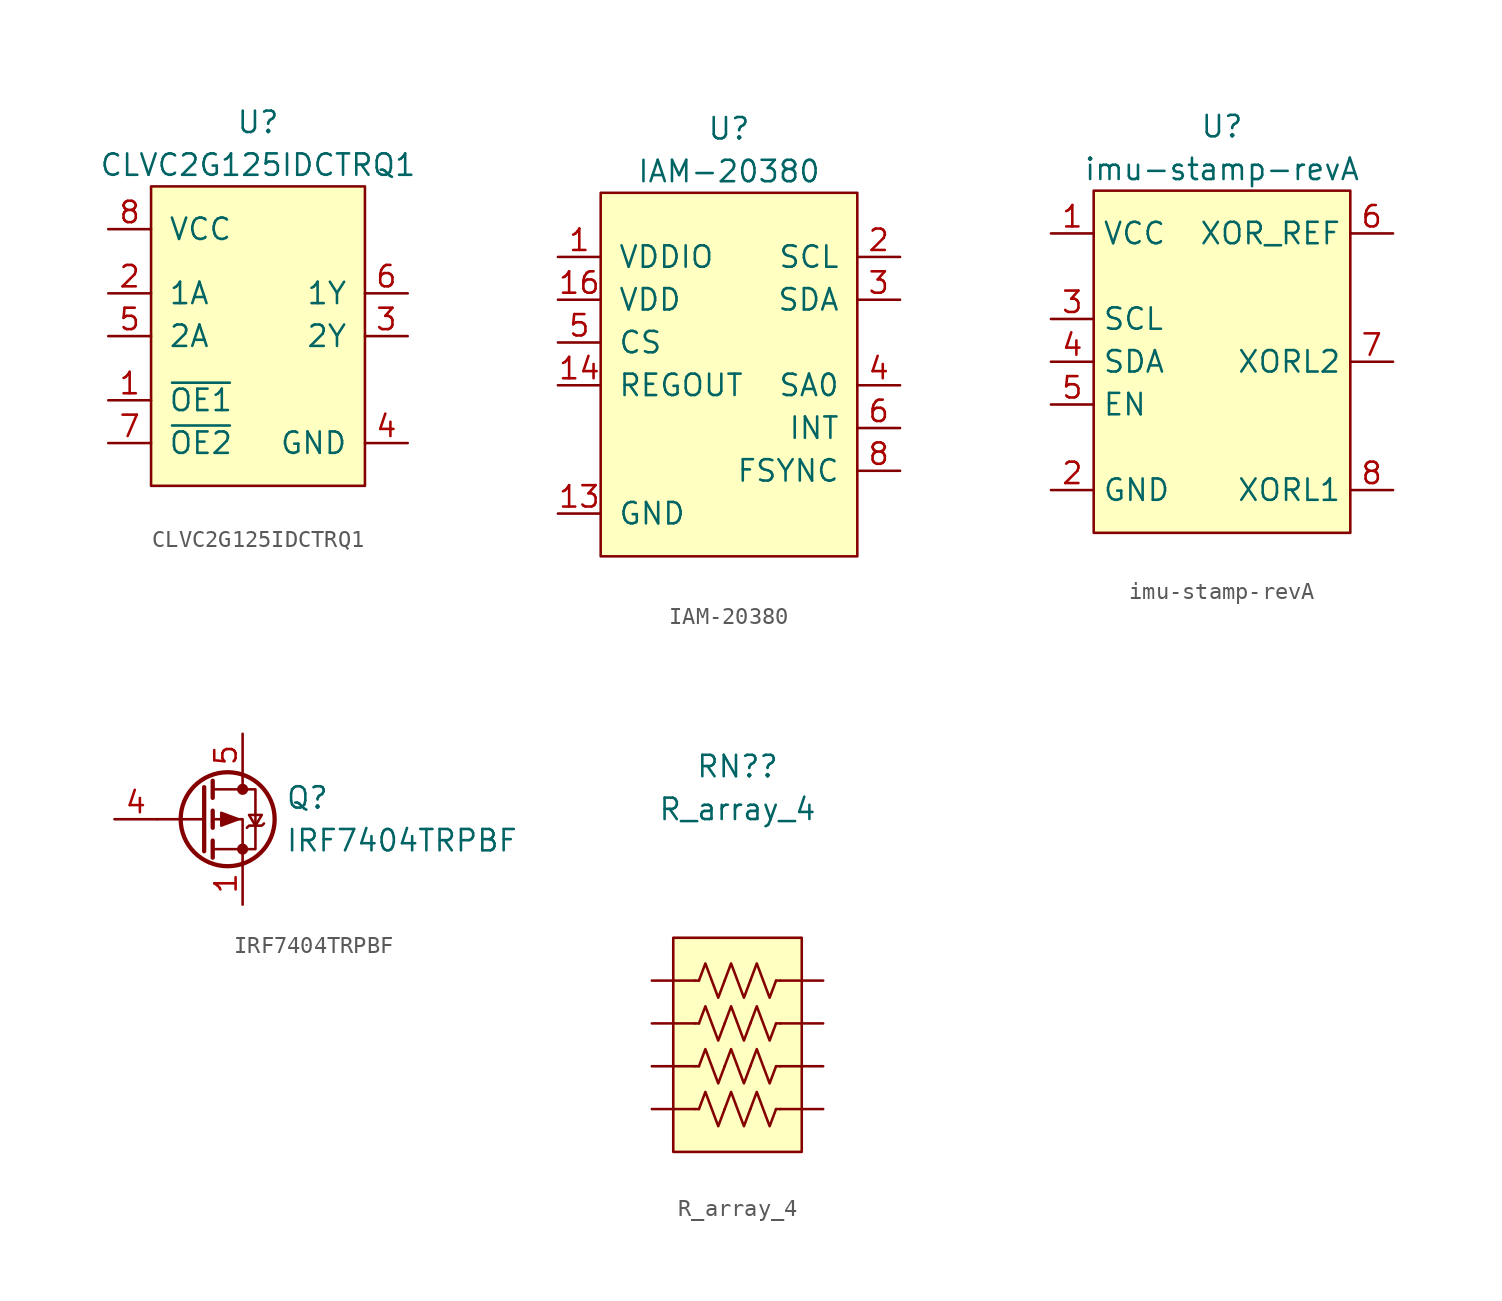
<source format=kicad_sym>
(kicad_symbol_lib
  (version 20220914)
  (generator kicad_symbol_editor)
  (symbol "CLVC2G125IDCTRQ1"
    (pin_names
      (offset 1.016))
    (property "Reference" "U"
      (at 0 3.81 0)
      (effects (font (size 1.27 1.27))))
    (property "Value" "CLVC2G125IDCTRQ1"
      (at 0 1.27 0)
      (effects (font (size 1.27 1.27))))
    (symbol "CLVC2G125IDCTRQ1_0_1"
      (rectangle (start -6.35 0) (end 6.35 -17.78) (stroke (width 0) (type default)) (fill (type background))))
    (symbol "CLVC2G125IDCTRQ1_1_1"
      (pin input line (at -8.89 -12.7 0) (length 2.54) (name "~{OE1}" (effects (font (size 1.27 1.27)))) (number "1" (effects (font (size 1.27 1.27)))))
      (pin input line (at -8.89 -6.35 0) (length 2.54) (name "1A" (effects (font (size 1.27 1.27)))) (number "2" (effects (font (size 1.27 1.27)))))
      (pin input line (at 8.89 -8.89 180) (length 2.54) (name "2Y" (effects (font (size 1.27 1.27)))) (number "3" (effects (font (size 1.27 1.27)))))
      (pin input line (at 8.89 -15.24 180) (length 2.54) (name "GND" (effects (font (size 1.27 1.27)))) (number "4" (effects (font (size 1.27 1.27)))))
      (pin input line (at -8.89 -8.89 0) (length 2.54) (name "2A" (effects (font (size 1.27 1.27)))) (number "5" (effects (font (size 1.27 1.27)))))
      (pin input line (at 8.89 -6.35 180) (length 2.54) (name "1Y" (effects (font (size 1.27 1.27)))) (number "6" (effects (font (size 1.27 1.27)))))
      (pin input line (at -8.89 -15.24 0) (length 2.54) (name "~{OE2}" (effects (font (size 1.27 1.27)))) (number "7" (effects (font (size 1.27 1.27)))))
      (pin input line (at -8.89 -2.54 0) (length 2.54) (name "VCC" (effects (font (size 1.27 1.27)))) (number "8" (effects (font (size 1.27 1.27)))))))
  (symbol "IAM-20380"
    (pin_names
      (offset 1.016))
    (property "Reference" "U"
      (at 0 3.81 0)
      (effects (font (size 1.27 1.27))))
    (property "Value" "IAM-20380"
      (at 0 1.27 0)
      (effects (font (size 1.27 1.27))))
    (symbol "IAM-20380_0_0"
      (pin unspecified line (at -10.16 -3.81 0) (length 2.54) (name "VDDIO" (effects (font (size 1.27 1.27)))) (number "1" (effects (font (size 1.27 1.27)))))
      (pin unspecified line (at -10.16 -19.05 0) (length 2.54) hide (name "RESV_GND" (effects (font (size 1.27 1.27)))) (number "10" (effects (font (size 1.27 1.27)))))
      (pin unspecified line (at -10.16 -19.05 0) (length 2.54) hide (name "RESV_GND" (effects (font (size 1.27 1.27)))) (number "11" (effects (font (size 1.27 1.27)))))
      (pin unspecified line (at -10.16 -19.05 0) (length 2.54) hide (name "RESV_GND" (effects (font (size 1.27 1.27)))) (number "12" (effects (font (size 1.27 1.27)))))
      (pin unspecified line (at -10.16 -19.05 0) (length 2.54) (name "GND" (effects (font (size 1.27 1.27)))) (number "13" (effects (font (size 1.27 1.27)))))
      (pin unspecified line (at -10.16 -11.43 0) (length 2.54) (name "REGOUT" (effects (font (size 1.27 1.27)))) (number "14" (effects (font (size 1.27 1.27)))))
      (pin unspecified line (at -10.16 -19.05 0) (length 2.54) hide (name "RESV_GND" (effects (font (size 1.27 1.27)))) (number "15" (effects (font (size 1.27 1.27)))))
      (pin unspecified line (at -10.16 -6.35 0) (length 2.54) (name "VDD" (effects (font (size 1.27 1.27)))) (number "16" (effects (font (size 1.27 1.27)))))
      (pin unspecified line (at 10.16 -3.81 180) (length 2.54) (name "SCL" (effects (font (size 1.27 1.27)))) (number "2" (effects (font (size 1.27 1.27)))))
      (pin unspecified line (at 10.16 -6.35 180) (length 2.54) (name "SDA" (effects (font (size 1.27 1.27)))) (number "3" (effects (font (size 1.27 1.27)))))
      (pin unspecified line (at 10.16 -11.43 180) (length 2.54) (name "SA0" (effects (font (size 1.27 1.27)))) (number "4" (effects (font (size 1.27 1.27)))))
      (pin unspecified line (at -10.16 -8.89 0) (length 2.54) (name "CS" (effects (font (size 1.27 1.27)))) (number "5" (effects (font (size 1.27 1.27)))))
      (pin unspecified line (at 10.16 -13.97 180) (length 2.54) (name "INT" (effects (font (size 1.27 1.27)))) (number "6" (effects (font (size 1.27 1.27)))))
      (pin unspecified line (at 10.16 -19.05 180) (length 2.54) hide (name "RESV_NC" (effects (font (size 1.27 1.27)))) (number "7" (effects (font (size 1.27 1.27)))))
      (pin unspecified line (at 10.16 -16.51 180) (length 2.54) (name "FSYNC" (effects (font (size 1.27 1.27)))) (number "8" (effects (font (size 1.27 1.27)))))
      (pin unspecified line (at -10.16 -19.05 0) (length 2.54) hide (name "RESV_GND" (effects (font (size 1.27 1.27)))) (number "9" (effects (font (size 1.27 1.27))))))
    (symbol "IAM-20380_0_1"
      (rectangle (start -7.62 0) (end 7.62 -21.59) (stroke (width 0) (type default)) (fill (type background)))))
  (symbol "imu-stamp-revA"
    (property "Reference" "U"
      (at 0 3.81 0)
      (effects (font (size 1.27 1.27))))
    (property "Value" "imu-stamp-revA"
      (at 0 1.27 0)
      (effects (font (size 1.27 1.27))))
    (symbol "imu-stamp-revA_0_0"
      (pin unspecified line (at -10.16 -2.54 0) (length 2.54) (name "VCC" (effects (font (size 1.27 1.27)))) (number "1" (effects (font (size 1.27 1.27)))))
      (pin unspecified line (at -10.16 -17.78 0) (length 2.54) hide (name "GND" (effects (font (size 1.27 1.27)))) (number "10" (effects (font (size 1.27 1.27)))))
      (pin unspecified line (at -10.16 -17.78 0) (length 2.54) (name "GND" (effects (font (size 1.27 1.27)))) (number "2" (effects (font (size 1.27 1.27)))))
      (pin unspecified line (at -10.16 -7.62 0) (length 2.54) (name "SCL" (effects (font (size 1.27 1.27)))) (number "3" (effects (font (size 1.27 1.27)))))
      (pin unspecified line (at -10.16 -10.16 0) (length 2.54) (name "SDA" (effects (font (size 1.27 1.27)))) (number "4" (effects (font (size 1.27 1.27)))))
      (pin unspecified line (at -10.16 -12.7 0) (length 2.54) (name "EN" (effects (font (size 1.27 1.27)))) (number "5" (effects (font (size 1.27 1.27)))))
      (pin unspecified line (at 10.16 -2.54 180) (length 2.54) (name "XOR_REF" (effects (font (size 1.27 1.27)))) (number "6" (effects (font (size 1.27 1.27)))))
      (pin unspecified line (at 10.16 -10.16 180) (length 2.54) (name "XORL2" (effects (font (size 1.27 1.27)))) (number "7" (effects (font (size 1.27 1.27)))))
      (pin unspecified line (at 10.16 -17.78 180) (length 2.54) (name "XORL1" (effects (font (size 1.27 1.27)))) (number "8" (effects (font (size 1.27 1.27)))))
      (pin unspecified line (at -10.16 -17.78 0) (length 2.54) hide (name "GND" (effects (font (size 1.27 1.27)))) (number "9" (effects (font (size 1.27 1.27))))))
    (symbol "imu-stamp-revA_0_1"
      (rectangle (start -7.62 0) (end 7.62 -20.32) (stroke (width 0) (type default)) (fill (type background)))))
  (symbol "IRF7404TRPBF"
    (pin_names
      (offset 0) hide)
    (property "Reference" "Q"
      (at 5.08 1.27 0)
      (effects (font (size 1.27 1.27)) (justify left)))
    (property "Value" "IRF7404TRPBF"
      (at 5.08 -1.27 0)
      (effects (font (size 1.27 1.27)) (justify left)))
    (symbol "IRF7404TRPBF_0_1"
      (polyline (pts (xy 0.254 0) (xy -2.54 0)) (stroke (width 0) (type default)) (fill (type none)))
      (polyline (pts (xy 0.254 1.905) (xy 0.254 -1.905)) (stroke (width 0.254) (type default)) (fill (type none)))
      (polyline (pts (xy 0.762 -1.27) (xy 0.762 -2.286)) (stroke (width 0.254) (type default)) (fill (type none)))
      (polyline (pts (xy 0.762 0.508) (xy 0.762 -0.508)) (stroke (width 0.254) (type default)) (fill (type none)))
      (polyline (pts (xy 0.762 2.286) (xy 0.762 1.27)) (stroke (width 0.254) (type default)) (fill (type none)))
      (polyline (pts (xy 2.54 2.54) (xy 2.54 1.778)) (stroke (width 0) (type default)) (fill (type none)))
      (polyline (pts (xy 2.54 -2.54) (xy 2.54 0) (xy 0.762 0)) (stroke (width 0) (type default)) (fill (type none)))
      (polyline (pts (xy 0.762 1.778) (xy 3.302 1.778) (xy 3.302 -1.778) (xy 0.762 -1.778)) (stroke (width 0) (type default)) (fill (type none)))
      (polyline (pts (xy 2.286 0) (xy 1.27 0.381) (xy 1.27 -0.381) (xy 2.286 0)) (stroke (width 0) (type default)) (fill (type outline)))
      (polyline (pts (xy 2.794 -0.508) (xy 2.921 -0.381) (xy 3.683 -0.381) (xy 3.81 -0.254)) (stroke (width 0) (type default)) (fill (type none)))
      (polyline (pts (xy 3.302 -0.381) (xy 2.921 0.254) (xy 3.683 0.254) (xy 3.302 -0.381)) (stroke (width 0) (type default)) (fill (type none)))
      (circle (center 1.651 0) (radius 2.794) (stroke (width 0.254) (type default)) (fill (type none)))
      (circle (center 2.54 -1.778) (radius 0.254) (stroke (width 0) (type default)) (fill (type outline)))
      (circle (center 2.54 1.778) (radius 0.254) (stroke (width 0) (type default)) (fill (type outline))))
    (symbol "IRF7404TRPBF_1_1"
      (pin passive line (at 2.54 -5.08 90) (length 2.54) (name "S" (effects (font (size 1.27 1.27)))) (number "1" (effects (font (size 1.27 1.27)))))
      (pin passive line (at 2.54 -5.08 90) (length 2.54) hide (name "S" (effects (font (size 1.27 1.27)))) (number "2" (effects (font (size 1.27 1.27)))))
      (pin passive line (at 2.54 -5.08 90) (length 2.54) hide (name "S" (effects (font (size 1.27 1.27)))) (number "3" (effects (font (size 1.27 1.27)))))
      (pin input line (at -5.08 0 0) (length 2.54) (name "G" (effects (font (size 1.27 1.27)))) (number "4" (effects (font (size 1.27 1.27)))))
      (pin passive line (at 2.54 5.08 270) (length 2.54) (name "D" (effects (font (size 1.27 1.27)))) (number "5" (effects (font (size 1.27 1.27)))))
      (pin passive line (at 2.54 5.08 270) (length 2.54) hide (name "D" (effects (font (size 1.27 1.27)))) (number "6" (effects (font (size 1.27 1.27)))))
      (pin passive line (at 2.54 5.08 270) (length 2.54) hide (name "D" (effects (font (size 1.27 1.27)))) (number "7" (effects (font (size 1.27 1.27)))))
      (pin passive line (at 2.54 5.08 270) (length 2.54) hide (name "D" (effects (font (size 1.27 1.27)))) (number "8" (effects (font (size 1.27 1.27)))))))
  (symbol "R_array_4"
    (pin_numbers hide)
    (pin_names
      (offset 0))
    (property "Reference" "RN?"
      (at 0 15.24 0)
      (effects (font (size 1.27 1.27))))
    (property "Value" "R_array_4"
      (at 0 12.7 0)
      (effects (font (size 1.27 1.27))))
    (symbol "R_array_4_0_1"
      (rectangle (start -3.81 5.08) (end 3.81 -7.62) (stroke (width 0) (type default)) (fill (type background)))
      (polyline (pts (xy -2.286 -5.08) (xy -2.54 -5.08)) (stroke (width 0) (type default)) (fill (type none)))
      (polyline (pts (xy -2.286 -2.54) (xy -2.54 -2.54)) (stroke (width 0) (type default)) (fill (type none)))
      (polyline (pts (xy -2.286 0) (xy -2.54 0)) (stroke (width 0) (type default)) (fill (type none)))
      (polyline (pts (xy -2.286 2.54) (xy -2.54 2.54)) (stroke (width 0) (type default)) (fill (type none)))
      (polyline (pts (xy 2.286 -5.08) (xy 2.54 -5.08)) (stroke (width 0) (type default)) (fill (type none)))
      (polyline (pts (xy 2.286 -2.54) (xy 2.54 -2.54)) (stroke (width 0) (type default)) (fill (type none)))
      (polyline (pts (xy 2.286 0) (xy 2.54 0)) (stroke (width 0) (type default)) (fill (type none)))
      (polyline (pts (xy 2.286 2.54) (xy 2.54 2.54)) (stroke (width 0) (type default)) (fill (type none)))
      (polyline (pts (xy -2.286 -5.08) (xy -1.905 -4.064) (xy -1.524 -5.08) (xy -1.143 -6.096) (xy -0.762 -5.08)) (stroke (width 0) (type default)) (fill (type none)))
      (polyline (pts (xy -2.286 -2.54) (xy -1.905 -1.524) (xy -1.524 -2.54) (xy -1.143 -3.556) (xy -0.762 -2.54)) (stroke (width 0) (type default)) (fill (type none)))
      (polyline (pts (xy -2.286 0) (xy -1.905 1.016) (xy -1.524 0) (xy -1.143 -1.016) (xy -0.762 0)) (stroke (width 0) (type default)) (fill (type none)))
      (polyline (pts (xy -2.286 2.54) (xy -1.905 3.556) (xy -1.524 2.54) (xy -1.143 1.524) (xy -0.762 2.54)) (stroke (width 0) (type default)) (fill (type none)))
      (polyline (pts (xy -0.762 -5.08) (xy -0.381 -4.064) (xy 0 -5.08) (xy 0.381 -6.096) (xy 0.762 -5.08)) (stroke (width 0) (type default)) (fill (type none)))
      (polyline (pts (xy -0.762 -2.54) (xy -0.381 -1.524) (xy 0 -2.54) (xy 0.381 -3.556) (xy 0.762 -2.54)) (stroke (width 0) (type default)) (fill (type none)))
      (polyline (pts (xy -0.762 0) (xy -0.381 1.016) (xy 0 0) (xy 0.381 -1.016) (xy 0.762 0)) (stroke (width 0) (type default)) (fill (type none)))
      (polyline (pts (xy -0.762 2.54) (xy -0.381 3.556) (xy 0 2.54) (xy 0.381 1.524) (xy 0.762 2.54)) (stroke (width 0) (type default)) (fill (type none)))
      (polyline (pts (xy 0.762 -5.08) (xy 1.143 -4.064) (xy 1.524 -5.08) (xy 1.905 -6.096) (xy 2.286 -5.08)) (stroke (width 0) (type default)) (fill (type none)))
      (polyline (pts (xy 0.762 -2.54) (xy 1.143 -1.524) (xy 1.524 -2.54) (xy 1.905 -3.556) (xy 2.286 -2.54)) (stroke (width 0) (type default)) (fill (type none)))
      (polyline (pts (xy 0.762 0) (xy 1.143 1.016) (xy 1.524 0) (xy 1.905 -1.016) (xy 2.286 0)) (stroke (width 0) (type default)) (fill (type none)))
      (polyline (pts (xy 0.762 2.54) (xy 1.143 3.556) (xy 1.524 2.54) (xy 1.905 1.524) (xy 2.286 2.54)) (stroke (width 0) (type default)) (fill (type none))))
    (symbol "R_array_4_1_1"
      (pin passive line (at -5.08 2.54 0) (length 2.54) (name "~" (effects (font (size 1.27 1.27)))) (number "1" (effects (font (size 1.27 1.27)))))
      (pin passive line (at -5.08 0 0) (length 2.54) (name "~" (effects (font (size 1.27 1.27)))) (number "2" (effects (font (size 1.27 1.27)))))
      (pin passive line (at -5.08 -2.54 0) (length 2.54) (name "~" (effects (font (size 1.27 1.27)))) (number "3" (effects (font (size 1.27 1.27)))))
      (pin passive line (at -5.08 -5.08 0) (length 2.54) (name "~" (effects (font (size 1.27 1.27)))) (number "4" (effects (font (size 1.27 1.27)))))
      (pin passive line (at 5.08 -5.08 180) (length 2.54) (name "~" (effects (font (size 1.27 1.27)))) (number "5" (effects (font (size 1.27 1.27)))))
      (pin passive line (at 5.08 -2.54 180) (length 2.54) (name "~" (effects (font (size 1.27 1.27)))) (number "6" (effects (font (size 1.27 1.27)))))
      (pin passive line (at 5.08 0 180) (length 2.54) (name "~" (effects (font (size 1.27 1.27)))) (number "7" (effects (font (size 1.27 1.27)))))
      (pin passive line (at 5.08 2.54 180) (length 2.54) (name "~" (effects (font (size 1.27 1.27)))) (number "8" (effects (font (size 1.27 1.27))))))))
</source>
